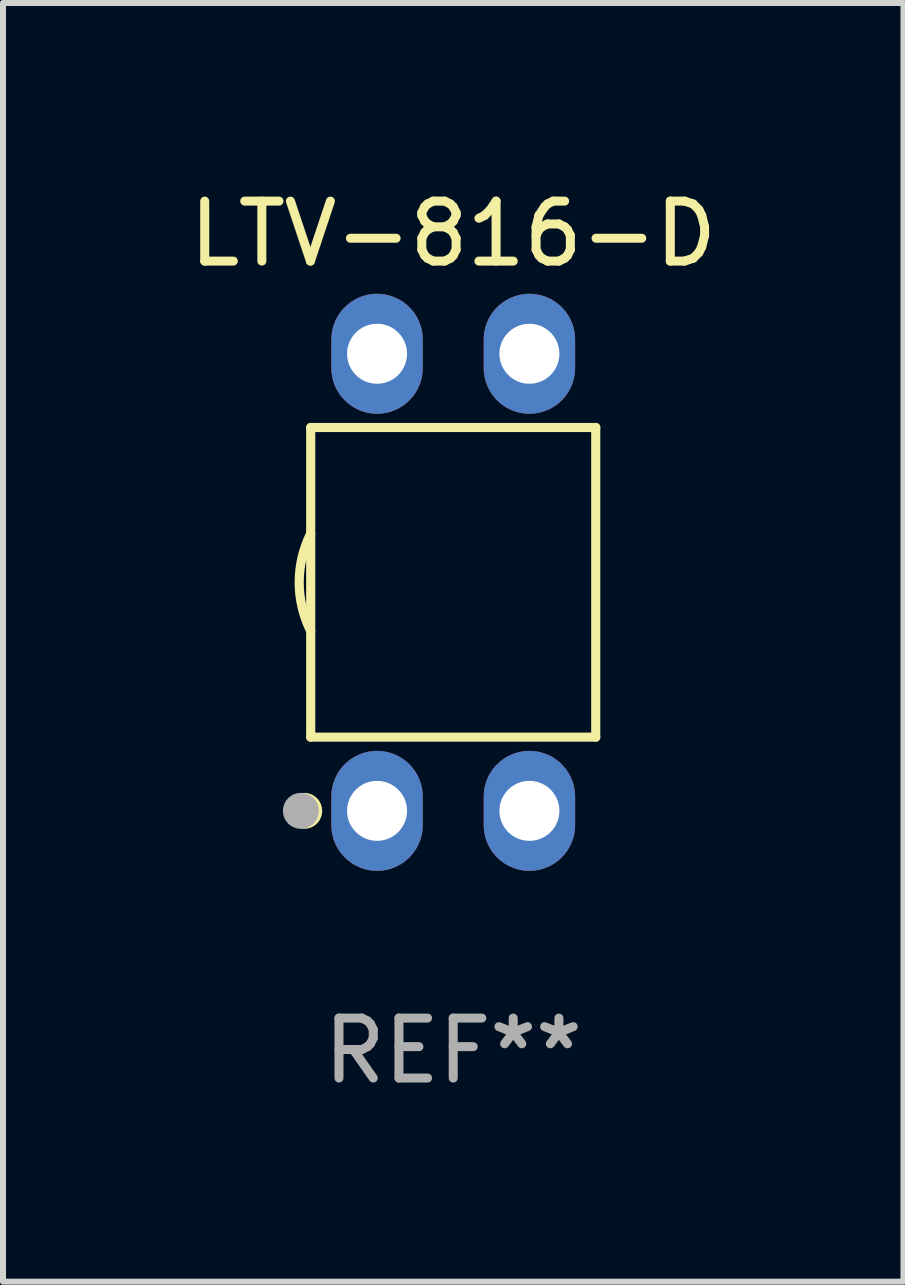
<source format=kicad_pcb>
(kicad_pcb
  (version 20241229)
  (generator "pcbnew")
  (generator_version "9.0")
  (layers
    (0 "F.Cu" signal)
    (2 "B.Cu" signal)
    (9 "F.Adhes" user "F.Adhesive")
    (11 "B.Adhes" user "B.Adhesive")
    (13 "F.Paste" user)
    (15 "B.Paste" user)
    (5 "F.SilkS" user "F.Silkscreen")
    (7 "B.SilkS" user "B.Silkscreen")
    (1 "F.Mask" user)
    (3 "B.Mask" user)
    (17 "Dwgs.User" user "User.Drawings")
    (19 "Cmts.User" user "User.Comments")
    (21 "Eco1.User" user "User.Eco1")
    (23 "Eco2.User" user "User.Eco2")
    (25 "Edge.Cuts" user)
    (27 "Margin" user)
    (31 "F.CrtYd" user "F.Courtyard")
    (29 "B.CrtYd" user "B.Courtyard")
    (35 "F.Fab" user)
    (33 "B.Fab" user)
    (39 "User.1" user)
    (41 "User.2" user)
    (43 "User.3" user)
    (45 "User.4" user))
  (footprint "LTV-816-D"
    (layer "F.Cu")
    (at 4.506 6.658)
    (property "Reference" "LTV-816-D" (at 0 -5.81 0) (layer "F.SilkS") (effects (font (size 1 1) (thickness 0.15))))
    (attr through_hole)
    (fp_line (start -2.376 -2.581) (end 2.376 -2.581) (stroke (width 0.152) (type solid)) (layer "F.SilkS"))
    (fp_line (start -2.376 2.581) (end -2.376 -2.581) (stroke (width 0.152) (type solid)) (layer "F.SilkS"))
    (fp_line (start 2.376 -2.581) (end 2.376 2.581) (stroke (width 0.152) (type solid)) (layer "F.SilkS"))
    (fp_line (start 2.376 2.581) (end -2.376 2.581) (stroke (width 0.152) (type solid)) (layer "F.SilkS"))
    (fp_arc (start -2.3762 0.812496) (mid -2.568004 0) (end -2.3762 -0.812497) (stroke (width 0.1524) (type solid)) (layer "F.SilkS"))
    (fp_circle (center -2.484 3.81) (end -2.334 3.81) (stroke (width 0.3) (type solid)) (fill no) (layer "F.SilkS"))
    (fp_circle (center -2.3 3.935) (end -2.27 3.935) (stroke (width 0.06) (type solid)) (fill no) (layer "F.SilkS"))
    (fp_circle (center -2.54 3.81) (end -2.39 3.81) (stroke (width 0.3) (type solid)) (fill no) (layer "F.Fab"))
    (fp_text user "REF**" (at 0 7.81 0) (layer "F.Fab") (effects (font (size 1 1) (thickness 0.15))))
    (pad "1" thru_hole oval (at -1.27 3.81) (size 1.524 2) (drill 1) (layers "*.Cu" "*.Mask"))
    (pad "2" thru_hole oval (at 1.27 3.81) (size 1.524 2) (drill 1) (layers "*.Cu" "*.Mask"))
    (pad "3" thru_hole oval (at 1.27 -3.81) (size 1.524 2) (drill 1) (layers "*.Cu" "*.Mask"))
    (pad "4" thru_hole oval (at -1.27 -3.81) (size 1.524 2) (drill 1) (layers "*.Cu" "*.Mask")))
  (gr_rect
    (start -3 -3)
    (end 12.012 18.317)
    (stroke (width 0.1) (type default))
    (fill no)
    (layer "Edge.Cuts")))
</source>
